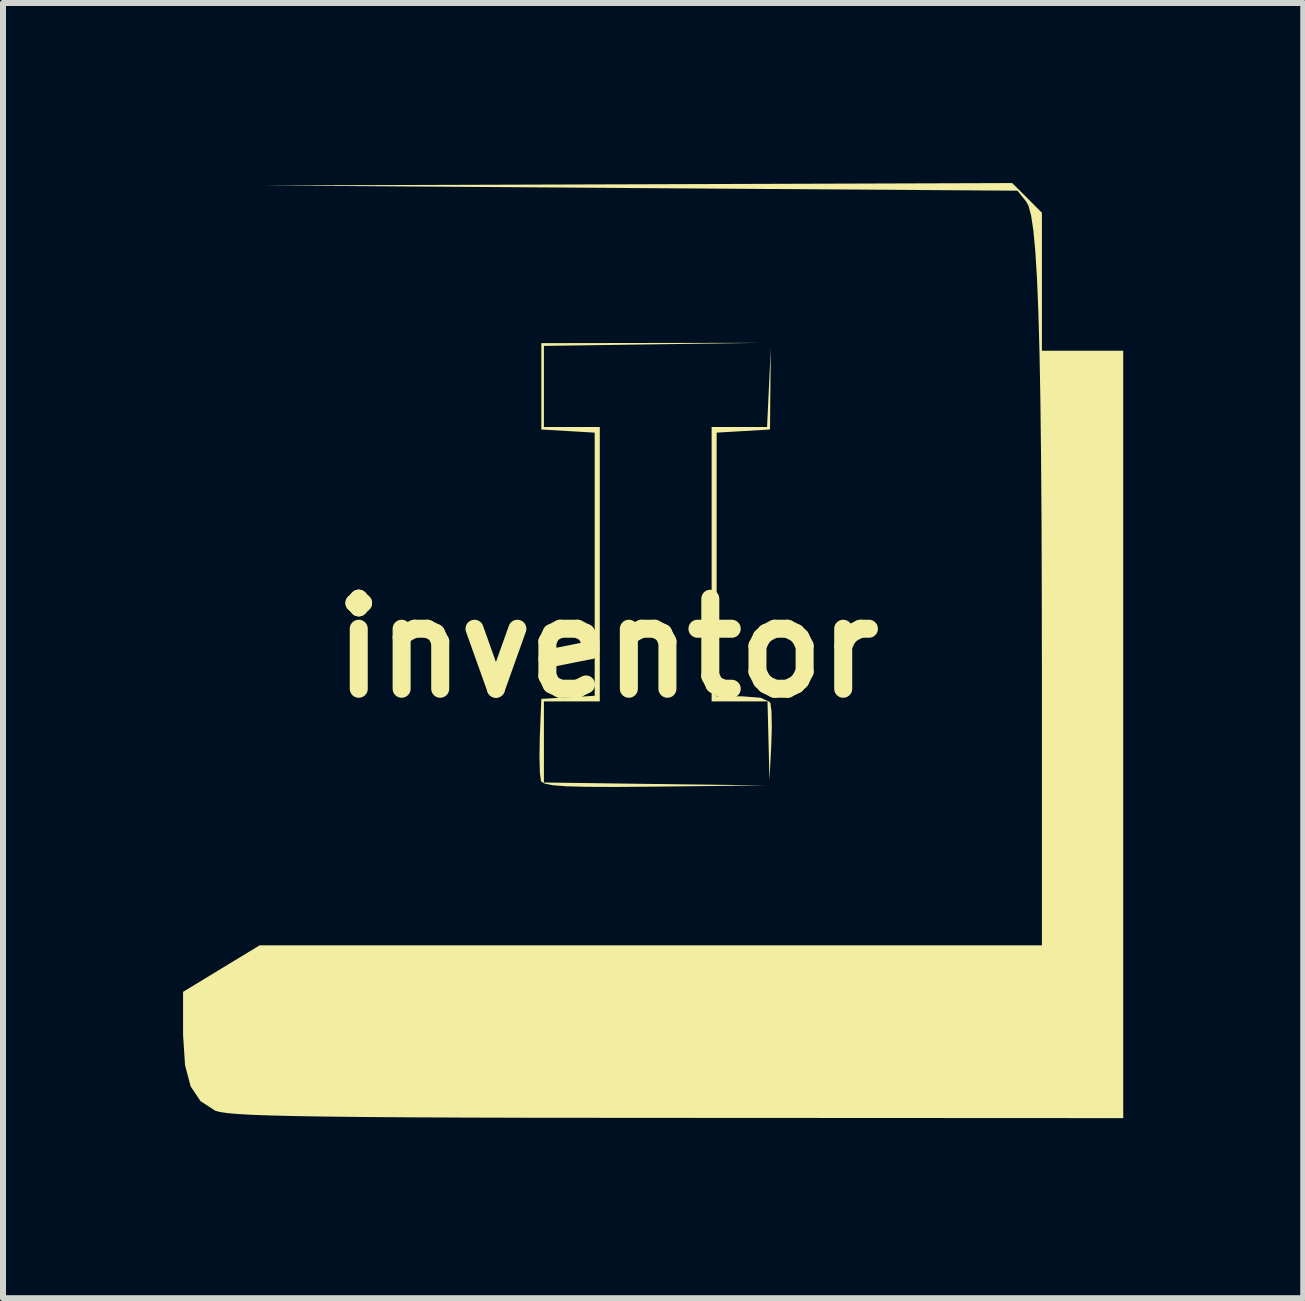
<source format=kicad_pcb>
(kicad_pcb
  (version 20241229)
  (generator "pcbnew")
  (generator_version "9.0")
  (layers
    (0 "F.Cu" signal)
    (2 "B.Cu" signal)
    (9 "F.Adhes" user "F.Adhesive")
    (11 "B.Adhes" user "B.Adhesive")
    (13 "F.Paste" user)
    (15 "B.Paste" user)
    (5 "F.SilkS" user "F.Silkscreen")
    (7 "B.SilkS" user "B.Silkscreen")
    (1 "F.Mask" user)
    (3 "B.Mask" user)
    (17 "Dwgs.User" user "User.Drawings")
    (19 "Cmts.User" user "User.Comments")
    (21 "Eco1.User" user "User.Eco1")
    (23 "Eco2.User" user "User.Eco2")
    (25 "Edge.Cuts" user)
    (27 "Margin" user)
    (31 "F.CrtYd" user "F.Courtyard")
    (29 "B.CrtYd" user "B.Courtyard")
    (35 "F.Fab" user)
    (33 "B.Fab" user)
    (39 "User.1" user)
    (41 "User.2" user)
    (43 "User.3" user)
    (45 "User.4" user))
  (footprint "inventor"
    (layer "F.Cu")
    (at 7.07 7.747)
    (property "Reference" "inventor" (at 0 0 0) (layer "F.SilkS") (effects (font (size 1.5 1.5) (thickness 0.3))))
    (attr board_only exclude_from_pos_files exclude_from_bom)
    (fp_poly (pts (xy 2.715 -4.318) (xy 2.709 -3.641) (xy 2.265 -3.615) (xy 1.82 -3.589) (xy 1.82 -1.393) (xy 1.82 0.804) (xy 2.246 0.804) (xy 2.552 0.828) (xy 2.704 0.898) (xy 2.716 0.919) (xy 2.734 1.057) (xy 2.739 1.309) (xy 2.73 1.617) (xy 2.7 2.201) (xy 2.684 1.545) (xy 2.667 0.889) (xy 2.201 0.889) (xy 1.736 0.889) (xy 1.736 -1.397) (xy 1.736 -3.683) (xy 2.198 -3.683) (xy 2.66 -3.683) (xy 2.691 -4.339) (xy 2.722 -4.995)) (stroke (width 0) (type solid)) (fill yes) (layer "F.SilkS"))
    (fp_poly (pts (xy 0.762 -5.06) (xy -1.058 -5.034) (xy -1.058 -4.359) (xy -1.058 -3.683) (xy -0.593 -3.683) (xy -0.127 -3.683) (xy -0.127 -1.397) (xy -0.127 0.889) (xy -0.593 0.889) (xy -1.058 0.889) (xy -1.058 1.565) (xy -1.058 2.24) (xy 0.783 2.265) (xy 2.625 2.289) (xy 0.781 2.309) (xy 0.153 2.314) (xy -0.324 2.312) (xy -0.669 2.304) (xy -0.901 2.287) (xy -1.039 2.261) (xy -1.101 2.226) (xy -1.107 2.215) (xy -1.125 2.078) (xy -1.132 1.825) (xy -1.127 1.507) (xy -1.126 1.474) (xy -1.101 0.847) (xy -0.656 0.821) (xy -0.212 0.795) (xy -0.212 -1.397) (xy -0.212 -3.589) (xy -0.656 -3.615) (xy -1.101 -3.641) (xy -1.101 -4.36) (xy -1.101 -5.08) (xy 0.741 -5.083) (xy 2.582 -5.085)) (stroke (width 0) (type solid)) (fill yes) (layer "F.SilkS"))
    (fp_poly (pts (xy 6.992 -7.5) (xy 7.239 -7.252) (xy 7.239 -6.103) (xy 7.239 -4.953) (xy 7.916 -4.953) (xy 8.594 -4.953) (xy 8.594 1.439) (xy 8.594 7.832) (xy 1.164 7.828) (xy -0.165 7.827) (xy -1.334 7.826) (xy -2.355 7.823) (xy -3.235 7.819) (xy -3.987 7.814) (xy -4.618 7.807) (xy -5.141 7.799) (xy -5.563 7.789) (xy -5.897 7.778) (xy -6.15 7.764) (xy -6.334 7.748) (xy -6.458 7.73) (xy -6.533 7.709) (xy -6.535 7.708) (xy -6.78 7.548) (xy -6.944 7.303) (xy -7.037 6.95) (xy -7.069 6.461) (xy -7.07 6.403) (xy -7.07 5.728) (xy -6.432 5.34) (xy -5.794 4.953) (xy 0.723 4.953) (xy 7.239 4.953) (xy 7.239 0.572) (xy 7.237 -0.833) (xy 7.233 -2.076) (xy 7.225 -3.166) (xy 7.214 -4.112) (xy 7.199 -4.921) (xy 7.18 -5.601) (xy 7.157 -6.162) (xy 7.129 -6.611) (xy 7.097 -6.955) (xy 7.059 -7.205) (xy 7.016 -7.366) (xy 6.979 -7.437) (xy 6.831 -7.62) (xy 0.537 -7.663) (xy -5.757 -7.707) (xy 0.493 -7.727) (xy 6.744 -7.747)) (stroke (width 0) (type solid)) (fill yes) (layer "F.SilkS")))
  (gr_rect
    (start -3 -3)
    (end 18.663 18.579)
    (stroke (width 0.1) (type default))
    (fill no)
    (layer "Edge.Cuts")))
</source>
